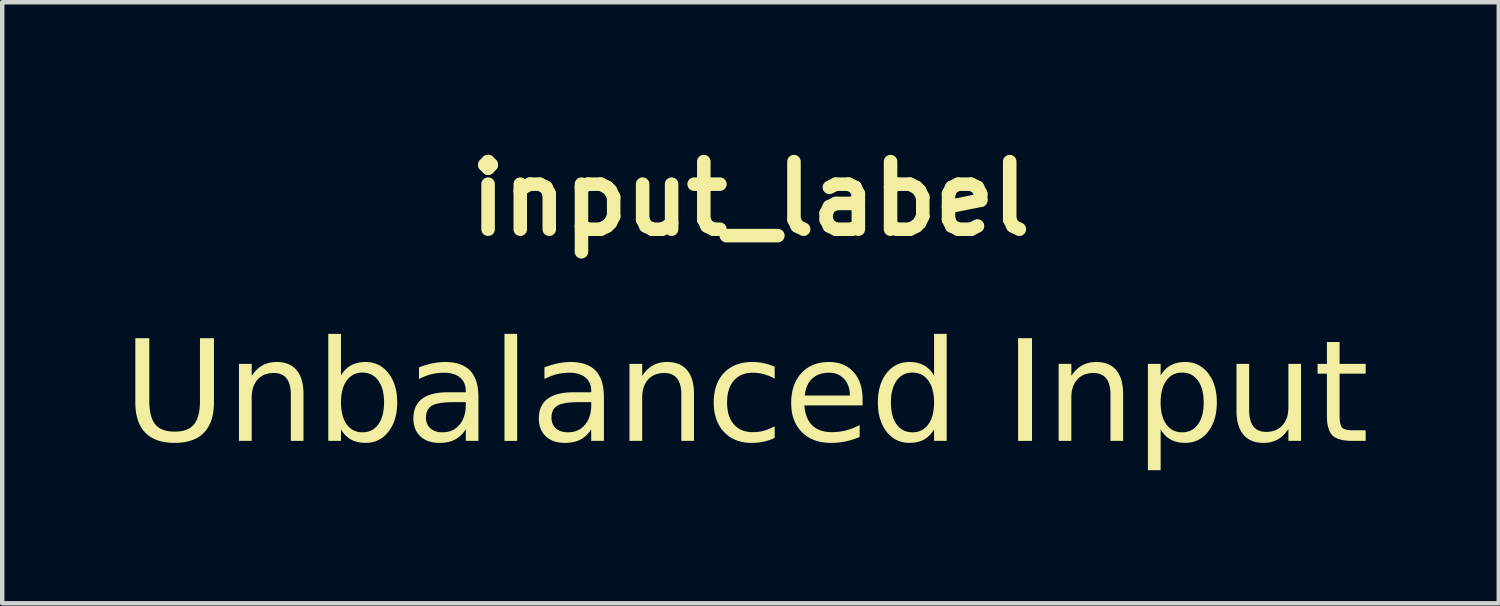
<source format=kicad_pcb>
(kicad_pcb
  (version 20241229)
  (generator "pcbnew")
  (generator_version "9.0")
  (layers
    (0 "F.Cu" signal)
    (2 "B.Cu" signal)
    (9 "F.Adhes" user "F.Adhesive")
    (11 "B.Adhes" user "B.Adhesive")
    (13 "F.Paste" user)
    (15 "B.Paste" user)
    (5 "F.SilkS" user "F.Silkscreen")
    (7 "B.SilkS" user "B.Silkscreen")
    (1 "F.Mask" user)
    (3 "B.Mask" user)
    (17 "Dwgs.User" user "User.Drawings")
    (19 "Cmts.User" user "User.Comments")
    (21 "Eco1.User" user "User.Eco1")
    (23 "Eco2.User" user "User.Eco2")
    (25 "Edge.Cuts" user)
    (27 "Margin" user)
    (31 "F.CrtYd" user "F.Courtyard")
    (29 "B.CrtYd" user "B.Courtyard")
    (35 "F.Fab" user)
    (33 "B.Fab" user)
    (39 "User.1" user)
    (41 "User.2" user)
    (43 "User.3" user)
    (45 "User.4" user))
  (footprint "input_label"
    (layer "F.Cu")
    (at 13.865 6.011)
    (property "Reference" "input_label" (at 0 -4.584 0) (layer "F.SilkS") (effects (font (size 1.524 1.524) (thickness 0.305))))
    (attr exclude_from_pos_files exclude_from_bom)
    (fp_poly (pts (xy -5.545 -1.536) (xy -5.259 -1.536) (xy -5.259 0.876) (xy -5.545 0.876) (xy -5.545 -1.536)) (stroke (width 0) (type solid)) (fill yes) (layer "F.SilkS"))
    (fp_poly (pts (xy 6.031 -1.439) (xy 6.345 -1.439) (xy 6.345 0.876) (xy 6.031 0.876) (xy 6.031 -1.439)) (stroke (width 0) (type solid)) (fill yes) (layer "F.SilkS"))
    (fp_poly (pts (xy 13.277 -1.353) (xy 13.277 -0.86) (xy 13.865 -0.86) (xy 13.865 -0.639) (xy 13.277 -0.639) (xy 13.277 0.304) (xy 13.278 0.338) (xy 13.279 0.37) (xy 13.281 0.401) (xy 13.284 0.429) (xy 13.287 0.454) (xy 13.292 0.478) (xy 13.297 0.5) (xy 13.303 0.52) (xy 13.31 0.537) (xy 13.317 0.552) (xy 13.326 0.566) (xy 13.335 0.577) (xy 13.348 0.588) (xy 13.363 0.598) (xy 13.381 0.608) (xy 13.401 0.615) (xy 13.424 0.622) (xy 13.449 0.627) (xy 13.476 0.632) (xy 13.505 0.635) (xy 13.538 0.637) (xy 13.572 0.637) (xy 13.865 0.637) (xy 13.865 0.876) (xy 13.572 0.876) (xy 13.54 0.876) (xy 13.508 0.875) (xy 13.478 0.873) (xy 13.448 0.871) (xy 13.42 0.868) (xy 13.392 0.865) (xy 13.366 0.861) (xy 13.341 0.856) (xy 13.316 0.851) (xy 13.293 0.845) (xy 13.271 0.839) (xy 13.249 0.832) (xy 13.229 0.824) (xy 13.21 0.816) (xy 13.192 0.807) (xy 13.175 0.798) (xy 13.159 0.787) (xy 13.143 0.777) (xy 13.129 0.765) (xy 13.116 0.753) (xy 13.103 0.74) (xy 13.091 0.725) (xy 13.08 0.709) (xy 13.069 0.692) (xy 13.059 0.674) (xy 13.049 0.655) (xy 13.041 0.635) (xy 13.033 0.613) (xy 13.025 0.591) (xy 13.019 0.567) (xy 13.013 0.542) (xy 13.008 0.516) (xy 13.003 0.489) (xy 12.999 0.461) (xy 12.996 0.432) (xy 12.994 0.402) (xy 12.992 0.37) (xy 12.991 0.338) (xy 12.991 0.304) (xy 12.991 -0.639) (xy 12.781 -0.639) (xy 12.781 -0.86) (xy 12.991 -0.86) (xy 12.991 -1.353) (xy 13.277 -1.353)) (stroke (width 0) (type solid)) (fill yes) (layer "F.SilkS"))
    (fp_poly (pts (xy -10.075 -0.172) (xy -10.075 0.876) (xy -10.36 0.876) (xy -10.36 -0.163) (xy -10.36 -0.193) (xy -10.361 -0.222) (xy -10.363 -0.251) (xy -10.366 -0.278) (xy -10.369 -0.305) (xy -10.373 -0.33) (xy -10.378 -0.355) (xy -10.384 -0.378) (xy -10.39 -0.401) (xy -10.397 -0.422) (xy -10.405 -0.443) (xy -10.414 -0.463) (xy -10.423 -0.481) (xy -10.433 -0.499) (xy -10.444 -0.516) (xy -10.456 -0.532) (xy -10.47 -0.549) (xy -10.485 -0.564) (xy -10.502 -0.579) (xy -10.519 -0.592) (xy -10.537 -0.604) (xy -10.556 -0.614) (xy -10.576 -0.624) (xy -10.597 -0.632) (xy -10.619 -0.639) (xy -10.642 -0.644) (xy -10.666 -0.649) (xy -10.691 -0.652) (xy -10.717 -0.654) (xy -10.744 -0.654) (xy -10.771 -0.654) (xy -10.797 -0.652) (xy -10.823 -0.65) (xy -10.848 -0.646) (xy -10.872 -0.641) (xy -10.895 -0.636) (xy -10.918 -0.629) (xy -10.94 -0.622) (xy -10.962 -0.613) (xy -10.982 -0.603) (xy -11.002 -0.593) (xy -11.022 -0.581) (xy -11.04 -0.568) (xy -11.059 -0.554) (xy -11.076 -0.54) (xy -11.093 -0.524) (xy -11.109 -0.507) (xy -11.123 -0.49) (xy -11.137 -0.473) (xy -11.149 -0.455) (xy -11.161 -0.436) (xy -11.172 -0.417) (xy -11.183 -0.397) (xy -11.192 -0.376) (xy -11.201 -0.355) (xy -11.209 -0.333) (xy -11.216 -0.31) (xy -11.222 -0.287) (xy -11.227 -0.263) (xy -11.232 -0.238) (xy -11.235 -0.213) (xy -11.238 -0.187) (xy -11.24 -0.161) (xy -11.242 -0.133) (xy -11.242 -0.105) (xy -11.242 0.876) (xy -11.529 0.876) (xy -11.529 -0.86) (xy -11.242 -0.86) (xy -11.242 -0.591) (xy -11.227 -0.613) (xy -11.212 -0.634) (xy -11.196 -0.654) (xy -11.181 -0.674) (xy -11.164 -0.692) (xy -11.148 -0.71) (xy -11.131 -0.727) (xy -11.113 -0.744) (xy -11.096 -0.759) (xy -11.078 -0.774) (xy -11.059 -0.788) (xy -11.04 -0.801) (xy -11.021 -0.813) (xy -11.002 -0.825) (xy -10.98 -0.836) (xy -10.958 -0.847) (xy -10.935 -0.856) (xy -10.912 -0.865) (xy -10.888 -0.873) (xy -10.864 -0.88) (xy -10.839 -0.886) (xy -10.814 -0.891) (xy -10.788 -0.895) (xy -10.762 -0.898) (xy -10.736 -0.9) (xy -10.708 -0.902) (xy -10.681 -0.902) (xy -10.653 -0.902) (xy -10.625 -0.901) (xy -10.598 -0.898) (xy -10.572 -0.896) (xy -10.547 -0.892) (xy -10.522 -0.887) (xy -10.497 -0.882) (xy -10.474 -0.875) (xy -10.451 -0.868) (xy -10.429 -0.86) (xy -10.407 -0.851) (xy -10.386 -0.842) (xy -10.366 -0.831) (xy -10.347 -0.82) (xy -10.328 -0.807) (xy -10.309 -0.794) (xy -10.292 -0.78) (xy -10.275 -0.766) (xy -10.259 -0.75) (xy -10.243 -0.734) (xy -10.228 -0.716) (xy -10.215 -0.7) (xy -10.203 -0.683) (xy -10.191 -0.665) (xy -10.179 -0.647) (xy -10.169 -0.628) (xy -10.158 -0.608) (xy -10.149 -0.588) (xy -10.14 -0.567) (xy -10.131 -0.545) (xy -10.124 -0.523) (xy -10.116 -0.5) (xy -10.11 -0.476) (xy -10.104 -0.452) (xy -10.098 -0.427) (xy -10.093 -0.401) (xy -10.089 -0.375) (xy -10.085 -0.348) (xy -10.082 -0.32) (xy -10.079 -0.292) (xy -10.077 -0.263) (xy -10.076 -0.233) (xy -10.075 -0.203) (xy -10.075 -0.172) (xy -10.075 -0.172)) (stroke (width 0) (type solid)) (fill yes) (layer "F.SilkS"))
    (fp_poly (pts (xy -1.274 -0.172) (xy -1.274 0.876) (xy -1.559 0.876) (xy -1.559 -0.163) (xy -1.559 -0.193) (xy -1.56 -0.222) (xy -1.562 -0.251) (xy -1.565 -0.278) (xy -1.568 -0.305) (xy -1.572 -0.33) (xy -1.577 -0.355) (xy -1.583 -0.378) (xy -1.589 -0.401) (xy -1.596 -0.422) (xy -1.604 -0.443) (xy -1.613 -0.463) (xy -1.622 -0.481) (xy -1.632 -0.499) (xy -1.643 -0.516) (xy -1.655 -0.532) (xy -1.669 -0.549) (xy -1.684 -0.564) (xy -1.701 -0.579) (xy -1.718 -0.592) (xy -1.736 -0.604) (xy -1.755 -0.614) (xy -1.775 -0.624) (xy -1.796 -0.632) (xy -1.818 -0.639) (xy -1.841 -0.644) (xy -1.865 -0.649) (xy -1.89 -0.652) (xy -1.916 -0.654) (xy -1.943 -0.654) (xy -1.97 -0.654) (xy -1.996 -0.652) (xy -2.022 -0.65) (xy -2.047 -0.646) (xy -2.071 -0.641) (xy -2.094 -0.636) (xy -2.117 -0.629) (xy -2.139 -0.622) (xy -2.161 -0.613) (xy -2.181 -0.603) (xy -2.201 -0.593) (xy -2.221 -0.581) (xy -2.239 -0.568) (xy -2.258 -0.554) (xy -2.275 -0.54) (xy -2.292 -0.524) (xy -2.308 -0.507) (xy -2.322 -0.49) (xy -2.336 -0.473) (xy -2.348 -0.455) (xy -2.36 -0.436) (xy -2.371 -0.417) (xy -2.382 -0.397) (xy -2.391 -0.376) (xy -2.4 -0.355) (xy -2.408 -0.333) (xy -2.415 -0.31) (xy -2.421 -0.287) (xy -2.426 -0.263) (xy -2.431 -0.238) (xy -2.434 -0.213) (xy -2.437 -0.187) (xy -2.439 -0.161) (xy -2.441 -0.133) (xy -2.441 -0.105) (xy -2.441 0.876) (xy -2.728 0.876) (xy -2.728 -0.86) (xy -2.441 -0.86) (xy -2.441 -0.591) (xy -2.426 -0.613) (xy -2.411 -0.634) (xy -2.395 -0.654) (xy -2.38 -0.674) (xy -2.363 -0.692) (xy -2.347 -0.71) (xy -2.33 -0.727) (xy -2.312 -0.744) (xy -2.295 -0.759) (xy -2.277 -0.774) (xy -2.258 -0.788) (xy -2.239 -0.801) (xy -2.22 -0.813) (xy -2.201 -0.825) (xy -2.179 -0.836) (xy -2.157 -0.847) (xy -2.134 -0.856) (xy -2.111 -0.865) (xy -2.087 -0.873) (xy -2.063 -0.88) (xy -2.038 -0.886) (xy -2.013 -0.891) (xy -1.987 -0.895) (xy -1.961 -0.898) (xy -1.935 -0.9) (xy -1.907 -0.902) (xy -1.88 -0.902) (xy -1.852 -0.902) (xy -1.824 -0.901) (xy -1.797 -0.898) (xy -1.771 -0.896) (xy -1.746 -0.892) (xy -1.721 -0.887) (xy -1.696 -0.882) (xy -1.673 -0.875) (xy -1.65 -0.868) (xy -1.628 -0.86) (xy -1.606 -0.851) (xy -1.585 -0.842) (xy -1.565 -0.831) (xy -1.546 -0.82) (xy -1.527 -0.807) (xy -1.508 -0.794) (xy -1.491 -0.78) (xy -1.474 -0.766) (xy -1.458 -0.75) (xy -1.442 -0.734) (xy -1.427 -0.716) (xy -1.414 -0.7) (xy -1.402 -0.683) (xy -1.39 -0.665) (xy -1.378 -0.647) (xy -1.368 -0.628) (xy -1.357 -0.608) (xy -1.348 -0.588) (xy -1.339 -0.567) (xy -1.33 -0.545) (xy -1.323 -0.523) (xy -1.315 -0.5) (xy -1.309 -0.476) (xy -1.303 -0.452) (xy -1.297 -0.427) (xy -1.292 -0.401) (xy -1.288 -0.375) (xy -1.284 -0.348) (xy -1.281 -0.32) (xy -1.278 -0.292) (xy -1.276 -0.263) (xy -1.275 -0.233) (xy -1.274 -0.203) (xy -1.274 -0.172) (xy -1.274 -0.172)) (stroke (width 0) (type solid)) (fill yes) (layer "F.SilkS"))
    (fp_poly (pts (xy 8.399 -0.172) (xy 8.399 0.876) (xy 8.113 0.876) (xy 8.113 -0.163) (xy 8.113 -0.193) (xy 8.112 -0.222) (xy 8.11 -0.251) (xy 8.107 -0.278) (xy 8.104 -0.305) (xy 8.1 -0.33) (xy 8.095 -0.355) (xy 8.089 -0.378) (xy 8.083 -0.401) (xy 8.076 -0.422) (xy 8.068 -0.443) (xy 8.059 -0.463) (xy 8.05 -0.481) (xy 8.04 -0.499) (xy 8.029 -0.516) (xy 8.017 -0.532) (xy 8.003 -0.549) (xy 7.988 -0.564) (xy 7.972 -0.579) (xy 7.955 -0.592) (xy 7.936 -0.604) (xy 7.917 -0.614) (xy 7.897 -0.624) (xy 7.876 -0.632) (xy 7.854 -0.639) (xy 7.831 -0.644) (xy 7.807 -0.649) (xy 7.782 -0.652) (xy 7.756 -0.654) (xy 7.729 -0.654) (xy 7.702 -0.654) (xy 7.676 -0.652) (xy 7.65 -0.65) (xy 7.626 -0.646) (xy 7.602 -0.641) (xy 7.578 -0.636) (xy 7.555 -0.629) (xy 7.533 -0.622) (xy 7.512 -0.613) (xy 7.491 -0.603) (xy 7.471 -0.593) (xy 7.452 -0.581) (xy 7.433 -0.568) (xy 7.415 -0.554) (xy 7.397 -0.54) (xy 7.381 -0.524) (xy 7.365 -0.507) (xy 7.35 -0.49) (xy 7.337 -0.473) (xy 7.324 -0.455) (xy 7.312 -0.436) (xy 7.301 -0.417) (xy 7.291 -0.397) (xy 7.281 -0.376) (xy 7.272 -0.355) (xy 7.265 -0.333) (xy 7.258 -0.31) (xy 7.252 -0.287) (xy 7.246 -0.263) (xy 7.242 -0.238) (xy 7.238 -0.213) (xy 7.235 -0.187) (xy 7.233 -0.161) (xy 7.232 -0.133) (xy 7.231 -0.105) (xy 7.231 0.876) (xy 6.945 0.876) (xy 6.945 -0.86) (xy 7.231 -0.86) (xy 7.231 -0.591) (xy 7.246 -0.613) (xy 7.261 -0.634) (xy 7.277 -0.654) (xy 7.293 -0.674) (xy 7.309 -0.692) (xy 7.326 -0.71) (xy 7.343 -0.727) (xy 7.36 -0.744) (xy 7.378 -0.759) (xy 7.396 -0.774) (xy 7.414 -0.788) (xy 7.433 -0.801) (xy 7.452 -0.813) (xy 7.472 -0.825) (xy 7.493 -0.836) (xy 7.516 -0.847) (xy 7.538 -0.856) (xy 7.561 -0.865) (xy 7.585 -0.873) (xy 7.609 -0.88) (xy 7.634 -0.886) (xy 7.659 -0.891) (xy 7.685 -0.895) (xy 7.711 -0.898) (xy 7.738 -0.9) (xy 7.765 -0.902) (xy 7.793 -0.902) (xy 7.821 -0.902) (xy 7.848 -0.901) (xy 7.875 -0.898) (xy 7.901 -0.896) (xy 7.927 -0.892) (xy 7.952 -0.887) (xy 7.976 -0.882) (xy 7.999 -0.875) (xy 8.022 -0.868) (xy 8.044 -0.86) (xy 8.066 -0.851) (xy 8.087 -0.842) (xy 8.107 -0.831) (xy 8.127 -0.82) (xy 8.146 -0.807) (xy 8.164 -0.794) (xy 8.181 -0.78) (xy 8.198 -0.766) (xy 8.215 -0.75) (xy 8.23 -0.734) (xy 8.245 -0.716) (xy 8.258 -0.7) (xy 8.271 -0.683) (xy 8.283 -0.665) (xy 8.294 -0.647) (xy 8.305 -0.628) (xy 8.315 -0.608) (xy 8.324 -0.588) (xy 8.333 -0.567) (xy 8.342 -0.545) (xy 8.35 -0.523) (xy 8.357 -0.5) (xy 8.364 -0.476) (xy 8.37 -0.452) (xy 8.375 -0.427) (xy 8.38 -0.401) (xy 8.384 -0.375) (xy 8.388 -0.348) (xy 8.391 -0.32) (xy 8.394 -0.292) (xy 8.396 -0.263) (xy 8.398 -0.233) (xy 8.398 -0.203) (xy 8.399 -0.172) (xy 8.399 -0.172)) (stroke (width 0) (type solid)) (fill yes) (layer "F.SilkS"))
    (fp_poly (pts (xy 10.954 0.191) (xy 10.954 -0.86) (xy 11.239 -0.86) (xy 11.239 0.18) (xy 11.239 0.21) (xy 11.24 0.24) (xy 11.242 0.268) (xy 11.245 0.295) (xy 11.248 0.322) (xy 11.252 0.347) (xy 11.257 0.372) (xy 11.263 0.396) (xy 11.269 0.418) (xy 11.276 0.44) (xy 11.284 0.461) (xy 11.293 0.481) (xy 11.302 0.5) (xy 11.312 0.517) (xy 11.323 0.534) (xy 11.335 0.55) (xy 11.349 0.567) (xy 11.364 0.583) (xy 11.381 0.597) (xy 11.398 0.61) (xy 11.416 0.622) (xy 11.435 0.633) (xy 11.455 0.642) (xy 11.476 0.65) (xy 11.498 0.657) (xy 11.521 0.663) (xy 11.545 0.667) (xy 11.57 0.67) (xy 11.596 0.672) (xy 11.623 0.673) (xy 11.65 0.672) (xy 11.676 0.671) (xy 11.702 0.668) (xy 11.727 0.665) (xy 11.751 0.66) (xy 11.774 0.654) (xy 11.797 0.648) (xy 11.819 0.64) (xy 11.841 0.632) (xy 11.861 0.622) (xy 11.881 0.611) (xy 11.901 0.599) (xy 11.919 0.587) (xy 11.938 0.573) (xy 11.955 0.558) (xy 11.972 0.542) (xy 11.988 0.526) (xy 12.002 0.509) (xy 12.016 0.491) (xy 12.029 0.473) (xy 12.041 0.455) (xy 12.052 0.435) (xy 12.063 0.415) (xy 12.072 0.395) (xy 12.081 0.374) (xy 12.089 0.352) (xy 12.096 0.329) (xy 12.102 0.306) (xy 12.108 0.282) (xy 12.112 0.257) (xy 12.116 0.232) (xy 12.119 0.206) (xy 12.121 0.179) (xy 12.122 0.152) (xy 12.123 0.124) (xy 12.123 -0.86) (xy 12.408 -0.86) (xy 12.408 0.876) (xy 12.123 0.876) (xy 12.123 0.609) (xy 12.108 0.631) (xy 12.092 0.653) (xy 12.076 0.673) (xy 12.06 0.693) (xy 12.044 0.712) (xy 12.027 0.73) (xy 12.01 0.747) (xy 11.993 0.764) (xy 11.975 0.779) (xy 11.957 0.794) (xy 11.938 0.808) (xy 11.919 0.821) (xy 11.9 0.833) (xy 11.881 0.845) (xy 11.859 0.856) (xy 11.838 0.866) (xy 11.815 0.876) (xy 11.792 0.884) (xy 11.769 0.892) (xy 11.745 0.899) (xy 11.721 0.905) (xy 11.696 0.91) (xy 11.67 0.914) (xy 11.644 0.917) (xy 11.618 0.919) (xy 11.591 0.92) (xy 11.563 0.921) (xy 11.535 0.92) (xy 11.507 0.919) (xy 11.48 0.917) (xy 11.454 0.914) (xy 11.429 0.91) (xy 11.404 0.906) (xy 11.379 0.9) (xy 11.356 0.894) (xy 11.333 0.887) (xy 11.311 0.879) (xy 11.289 0.87) (xy 11.268 0.86) (xy 11.248 0.85) (xy 11.228 0.838) (xy 11.209 0.826) (xy 11.191 0.813) (xy 11.173 0.799) (xy 11.156 0.784) (xy 11.139 0.769) (xy 11.124 0.752) (xy 11.109 0.735) (xy 11.095 0.718) (xy 11.083 0.701) (xy 11.071 0.683) (xy 11.059 0.665) (xy 11.049 0.646) (xy 11.038 0.626) (xy 11.029 0.606) (xy 11.02 0.585) (xy 11.011 0.563) (xy 11.003 0.541) (xy 10.996 0.518) (xy 10.989 0.494) (xy 10.983 0.47) (xy 10.977 0.445) (xy 10.972 0.419) (xy 10.968 0.393) (xy 10.964 0.366) (xy 10.961 0.338) (xy 10.958 0.31) (xy 10.956 0.281) (xy 10.955 0.252) (xy 10.954 0.221) (xy 10.954 0.191) (xy 10.954 0.191)) (stroke (width 0) (type solid)) (fill yes) (layer "F.SilkS"))
    (fp_poly (pts (xy -13.865 -1.439) (xy -13.55 -1.439) (xy -13.55 -0.033) (xy -13.55 -0.001) (xy -13.549 0.031) (xy -13.548 0.061) (xy -13.546 0.091) (xy -13.544 0.119) (xy -13.541 0.147) (xy -13.538 0.175) (xy -13.534 0.201) (xy -13.53 0.227) (xy -13.525 0.252) (xy -13.519 0.276) (xy -13.514 0.299) (xy -13.507 0.322) (xy -13.5 0.343) (xy -13.493 0.364) (xy -13.485 0.385) (xy -13.477 0.404) (xy -13.468 0.423) (xy -13.458 0.44) (xy -13.448 0.457) (xy -13.438 0.474) (xy -13.427 0.489) (xy -13.415 0.504) (xy -13.402 0.52) (xy -13.387 0.535) (xy -13.371 0.549) (xy -13.355 0.562) (xy -13.338 0.575) (xy -13.319 0.587) (xy -13.301 0.598) (xy -13.281 0.608) (xy -13.26 0.617) (xy -13.239 0.626) (xy -13.216 0.634) (xy -13.193 0.641) (xy -13.169 0.647) (xy -13.145 0.652) (xy -13.119 0.656) (xy -13.093 0.66) (xy -13.065 0.663) (xy -13.037 0.665) (xy -13.008 0.666) (xy -12.978 0.667) (xy -12.949 0.666) (xy -12.92 0.665) (xy -12.892 0.663) (xy -12.865 0.66) (xy -12.838 0.656) (xy -12.813 0.652) (xy -12.788 0.647) (xy -12.764 0.641) (xy -12.741 0.634) (xy -12.719 0.626) (xy -12.698 0.617) (xy -12.677 0.608) (xy -12.657 0.598) (xy -12.639 0.587) (xy -12.62 0.575) (xy -12.603 0.562) (xy -12.587 0.549) (xy -12.571 0.535) (xy -12.557 0.52) (xy -12.543 0.504) (xy -12.531 0.489) (xy -12.52 0.474) (xy -12.51 0.457) (xy -12.5 0.44) (xy -12.49 0.423) (xy -12.481 0.404) (xy -12.473 0.385) (xy -12.465 0.364) (xy -12.458 0.343) (xy -12.451 0.322) (xy -12.444 0.299) (xy -12.439 0.276) (xy -12.433 0.252) (xy -12.428 0.227) (xy -12.424 0.201) (xy -12.42 0.175) (xy -12.417 0.147) (xy -12.414 0.119) (xy -12.412 0.091) (xy -12.41 0.061) (xy -12.409 0.031) (xy -12.408 -0.001) (xy -12.408 -0.033) (xy -12.408 -1.439) (xy -12.093 -1.439) (xy -12.093 0.006) (xy -12.093 0.036) (xy -12.094 0.066) (xy -12.095 0.095) (xy -12.097 0.123) (xy -12.099 0.151) (xy -12.102 0.178) (xy -12.105 0.205) (xy -12.109 0.232) (xy -12.113 0.258) (xy -12.118 0.283) (xy -12.123 0.308) (xy -12.129 0.333) (xy -12.135 0.357) (xy -12.142 0.38) (xy -12.149 0.403) (xy -12.157 0.426) (xy -12.165 0.448) (xy -12.174 0.47) (xy -12.183 0.491) (xy -12.193 0.511) (xy -12.203 0.531) (xy -12.214 0.551) (xy -12.225 0.57) (xy -12.237 0.589) (xy -12.249 0.607) (xy -12.262 0.624) (xy -12.275 0.641) (xy -12.289 0.658) (xy -12.303 0.674) (xy -12.318 0.69) (xy -12.334 0.706) (xy -12.35 0.721) (xy -12.366 0.735) (xy -12.384 0.749) (xy -12.401 0.763) (xy -12.419 0.776) (xy -12.438 0.788) (xy -12.457 0.8) (xy -12.477 0.811) (xy -12.497 0.822) (xy -12.518 0.832) (xy -12.539 0.841) (xy -12.561 0.851) (xy -12.583 0.859) (xy -12.606 0.867) (xy -12.629 0.874) (xy -12.653 0.881) (xy -12.677 0.888) (xy -12.702 0.893) (xy -12.728 0.899) (xy -12.753 0.903) (xy -12.78 0.907) (xy -12.807 0.911) (xy -12.834 0.914) (xy -12.862 0.916) (xy -12.89 0.918) (xy -12.919 0.92) (xy -12.948 0.921) (xy -12.978 0.921) (xy -13.008 0.921) (xy -13.038 0.92) (xy -13.067 0.918) (xy -13.095 0.916) (xy -13.123 0.914) (xy -13.151 0.911) (xy -13.178 0.907) (xy -13.204 0.903) (xy -13.23 0.899) (xy -13.255 0.893) (xy -13.28 0.888) (xy -13.305 0.881) (xy -13.329 0.874) (xy -13.352 0.867) (xy -13.375 0.859) (xy -13.397 0.851) (xy -13.419 0.841) (xy -13.44 0.832) (xy -13.461 0.822) (xy -13.482 0.811) (xy -13.501 0.8) (xy -13.521 0.788) (xy -13.54 0.776) (xy -13.558 0.763) (xy -13.576 0.749) (xy -13.593 0.735) (xy -13.61 0.721) (xy -13.626 0.706) (xy -13.642 0.69) (xy -13.656 0.674) (xy -13.671 0.658) (xy -13.684 0.641) (xy -13.697 0.624) (xy -13.71 0.607) (xy -13.722 0.589) (xy -13.734 0.57) (xy -13.745 0.551) (xy -13.756 0.531) (xy -13.766 0.511) (xy -13.776 0.491) (xy -13.785 0.47) (xy -13.793 0.448) (xy -13.802 0.426) (xy -13.809 0.403) (xy -13.816 0.38) (xy -13.823 0.357) (xy -13.829 0.333) (xy -13.835 0.308) (xy -13.84 0.283) (xy -13.845 0.258) (xy -13.849 0.232) (xy -13.853 0.205) (xy -13.856 0.178) (xy -13.859 0.151) (xy -13.861 0.123) (xy -13.863 0.095) (xy -13.864 0.066) (xy -13.865 0.036) (xy -13.865 0.006) (xy -13.865 -1.439)) (stroke (width 0) (type solid)) (fill yes) (layer "F.SilkS"))
    (fp_poly (pts (xy 0.545 -0.794) (xy 0.545 -0.527) (xy 0.523 -0.539) (xy 0.501 -0.55) (xy 0.479 -0.561) (xy 0.457 -0.571) (xy 0.435 -0.581) (xy 0.413 -0.59) (xy 0.39 -0.598) (xy 0.368 -0.606) (xy 0.346 -0.613) (xy 0.324 -0.62) (xy 0.302 -0.626) (xy 0.277 -0.633) (xy 0.253 -0.639) (xy 0.229 -0.644) (xy 0.204 -0.648) (xy 0.18 -0.652) (xy 0.155 -0.655) (xy 0.131 -0.657) (xy 0.106 -0.659) (xy 0.081 -0.66) (xy 0.057 -0.66) (xy 0.029 -0.66) (xy 0.002 -0.659) (xy -0.024 -0.656) (xy -0.049 -0.653) (xy -0.074 -0.649) (xy -0.099 -0.645) (xy -0.122 -0.639) (xy -0.146 -0.632) (xy -0.168 -0.625) (xy -0.19 -0.616) (xy -0.211 -0.607) (xy -0.232 -0.597) (xy -0.252 -0.586) (xy -0.271 -0.574) (xy -0.29 -0.561) (xy -0.308 -0.547) (xy -0.326 -0.533) (xy -0.342 -0.517) (xy -0.359 -0.501) (xy -0.374 -0.484) (xy -0.389 -0.467) (xy -0.402 -0.449) (xy -0.415 -0.431) (xy -0.427 -0.412) (xy -0.439 -0.392) (xy -0.45 -0.372) (xy -0.46 -0.351) (xy -0.469 -0.33) (xy -0.478 -0.307) (xy -0.486 -0.285) (xy -0.493 -0.261) (xy -0.5 -0.237) (xy -0.506 -0.212) (xy -0.511 -0.187) (xy -0.515 -0.161) (xy -0.519 -0.134) (xy -0.522 -0.107) (xy -0.525 -0.079) (xy -0.526 -0.05) (xy -0.528 -0.021) (xy -0.528 0.009) (xy -0.528 0.039) (xy -0.526 0.069) (xy -0.525 0.097) (xy -0.522 0.125) (xy -0.519 0.153) (xy -0.515 0.179) (xy -0.511 0.205) (xy -0.506 0.231) (xy -0.5 0.256) (xy -0.493 0.28) (xy -0.486 0.304) (xy -0.478 0.326) (xy -0.469 0.349) (xy -0.46 0.37) (xy -0.45 0.391) (xy -0.439 0.412) (xy -0.427 0.431) (xy -0.415 0.45) (xy -0.402 0.469) (xy -0.389 0.487) (xy -0.374 0.504) (xy -0.359 0.521) (xy -0.342 0.537) (xy -0.326 0.552) (xy -0.308 0.567) (xy -0.29 0.58) (xy -0.271 0.593) (xy -0.252 0.605) (xy -0.232 0.616) (xy -0.211 0.626) (xy -0.19 0.635) (xy -0.168 0.644) (xy -0.146 0.651) (xy -0.122 0.658) (xy -0.099 0.663) (xy -0.074 0.668) (xy -0.049 0.672) (xy -0.024 0.675) (xy 0.002 0.677) (xy 0.029 0.679) (xy 0.057 0.679) (xy 0.081 0.679) (xy 0.106 0.678) (xy 0.131 0.676) (xy 0.155 0.674) (xy 0.18 0.671) (xy 0.204 0.667) (xy 0.229 0.663) (xy 0.253 0.658) (xy 0.277 0.653) (xy 0.302 0.646) (xy 0.324 0.64) (xy 0.346 0.633) (xy 0.368 0.625) (xy 0.39 0.617) (xy 0.413 0.609) (xy 0.435 0.6) (xy 0.457 0.59) (xy 0.479 0.58) (xy 0.501 0.569) (xy 0.523 0.558) (xy 0.545 0.546) (xy 0.545 0.809) (xy 0.521 0.82) (xy 0.497 0.83) (xy 0.472 0.84) (xy 0.448 0.849) (xy 0.423 0.858) (xy 0.398 0.866) (xy 0.373 0.874) (xy 0.348 0.881) (xy 0.323 0.887) (xy 0.297 0.893) (xy 0.274 0.898) (xy 0.25 0.902) (xy 0.226 0.906) (xy 0.202 0.91) (xy 0.178 0.913) (xy 0.153 0.915) (xy 0.128 0.917) (xy 0.103 0.919) (xy 0.077 0.92) (xy 0.052 0.921) (xy 0.026 0.921) (xy -0.002 0.921) (xy -0.03 0.92) (xy -0.057 0.918) (xy -0.083 0.916) (xy -0.109 0.913) (xy -0.135 0.91) (xy -0.16 0.905) (xy -0.185 0.901) (xy -0.21 0.895) (xy -0.234 0.889) (xy -0.258 0.883) (xy -0.281 0.876) (xy -0.304 0.868) (xy -0.326 0.859) (xy -0.348 0.85) (xy -0.37 0.84) (xy -0.391 0.83) (xy -0.412 0.819) (xy -0.432 0.807) (xy -0.452 0.795) (xy -0.472 0.782) (xy -0.491 0.769) (xy -0.51 0.755) (xy -0.528 0.74) (xy -0.546 0.724) (xy -0.564 0.708) (xy -0.581 0.692) (xy -0.598 0.674) (xy -0.613 0.657) (xy -0.628 0.64) (xy -0.643 0.622) (xy -0.657 0.603) (xy -0.67 0.584) (xy -0.683 0.565) (xy -0.696 0.545) (xy -0.708 0.525) (xy -0.719 0.505) (xy -0.729 0.484) (xy -0.74 0.463) (xy -0.749 0.441) (xy -0.758 0.419) (xy -0.767 0.396) (xy -0.775 0.373) (xy -0.782 0.35) (xy -0.789 0.326) (xy -0.795 0.302) (xy -0.801 0.278) (xy -0.806 0.253) (xy -0.811 0.227) (xy -0.815 0.201) (xy -0.819 0.175) (xy -0.822 0.149) (xy -0.824 0.121) (xy -0.826 0.094) (xy -0.828 0.066) (xy -0.828 0.038) (xy -0.829 0.009) (xy -0.828 -0.02) (xy -0.828 -0.048) (xy -0.826 -0.077) (xy -0.824 -0.104) (xy -0.822 -0.132) (xy -0.819 -0.159) (xy -0.815 -0.185) (xy -0.811 -0.211) (xy -0.806 -0.237) (xy -0.801 -0.262) (xy -0.795 -0.287) (xy -0.789 -0.311) (xy -0.782 -0.335) (xy -0.774 -0.359) (xy -0.766 -0.382) (xy -0.758 -0.404) (xy -0.749 -0.426) (xy -0.739 -0.448) (xy -0.729 -0.469) (xy -0.718 -0.49) (xy -0.707 -0.511) (xy -0.695 -0.531) (xy -0.682 -0.55) (xy -0.669 -0.57) (xy -0.656 -0.588) (xy -0.642 -0.607) (xy -0.627 -0.624) (xy -0.612 -0.642) (xy -0.596 -0.659) (xy -0.58 -0.675) (xy -0.563 -0.691) (xy -0.546 -0.707) (xy -0.528 -0.721) (xy -0.51 -0.736) (xy -0.492 -0.749) (xy -0.473 -0.762) (xy -0.454 -0.775) (xy -0.434 -0.787) (xy -0.414 -0.798) (xy -0.394 -0.809) (xy -0.373 -0.819) (xy -0.352 -0.828) (xy -0.33 -0.837) (xy -0.308 -0.846) (xy -0.285 -0.853) (xy -0.262 -0.861) (xy -0.239 -0.867) (xy -0.215 -0.873) (xy -0.191 -0.879) (xy -0.167 -0.884) (xy -0.142 -0.888) (xy -0.117 -0.892) (xy -0.091 -0.895) (xy -0.065 -0.898) (xy -0.038 -0.9) (xy -0.011 -0.901) (xy 0.016 -0.902) (xy 0.044 -0.902) (xy 0.07 -0.902) (xy 0.097 -0.901) (xy 0.123 -0.9) (xy 0.149 -0.898) (xy 0.174 -0.895) (xy 0.2 -0.892) (xy 0.226 -0.889) (xy 0.251 -0.884) (xy 0.276 -0.88) (xy 0.302 -0.874) (xy 0.327 -0.869) (xy 0.351 -0.863) (xy 0.376 -0.856) (xy 0.401 -0.849) (xy 0.425 -0.841) (xy 0.449 -0.833) (xy 0.474 -0.824) (xy 0.497 -0.814) (xy 0.521 -0.804) (xy 0.545 -0.794) (xy 0.545 -0.794)) (stroke (width 0) (type solid)) (fill yes) (layer "F.SilkS"))
    (fp_poly (pts (xy 4.137 -0.597) (xy 4.137 -1.536) (xy 4.422 -1.536) (xy 4.422 0.876) (xy 4.137 0.876) (xy 4.137 0.615) (xy 4.123 0.639) (xy 4.108 0.661) (xy 4.093 0.683) (xy 4.077 0.703) (xy 4.061 0.723) (xy 4.044 0.742) (xy 4.026 0.759) (xy 4.008 0.776) (xy 3.989 0.792) (xy 3.97 0.807) (xy 3.95 0.821) (xy 3.93 0.834) (xy 3.909 0.846) (xy 3.889 0.857) (xy 3.869 0.866) (xy 3.848 0.875) (xy 3.827 0.883) (xy 3.804 0.89) (xy 3.782 0.897) (xy 3.759 0.902) (xy 3.735 0.907) (xy 3.711 0.911) (xy 3.686 0.915) (xy 3.66 0.917) (xy 3.65 0.918) (xy 3.65 0.682) (xy 3.676 0.682) (xy 3.702 0.68) (xy 3.727 0.677) (xy 3.751 0.672) (xy 3.775 0.667) (xy 3.798 0.66) (xy 3.82 0.652) (xy 3.842 0.643) (xy 3.863 0.632) (xy 3.883 0.62) (xy 3.903 0.607) (xy 3.922 0.593) (xy 3.94 0.578) (xy 3.958 0.561) (xy 3.975 0.543) (xy 3.991 0.524) (xy 4.007 0.504) (xy 4.019 0.486) (xy 4.03 0.468) (xy 4.041 0.45) (xy 4.052 0.43) (xy 4.061 0.411) (xy 4.071 0.39) (xy 4.079 0.369) (xy 4.087 0.347) (xy 4.094 0.325) (xy 4.101 0.302) (xy 4.107 0.278) (xy 4.113 0.254) (xy 4.118 0.23) (xy 4.122 0.204) (xy 4.126 0.178) (xy 4.13 0.152) (xy 4.132 0.124) (xy 4.134 0.096) (xy 4.136 0.068) (xy 4.137 0.039) (xy 4.137 0.009) (xy 4.137 -0.02) (xy 4.136 -0.049) (xy 4.134 -0.078) (xy 4.132 -0.106) (xy 4.13 -0.133) (xy 4.126 -0.159) (xy 4.122 -0.185) (xy 4.118 -0.211) (xy 4.113 -0.235) (xy 4.107 -0.259) (xy 4.101 -0.283) (xy 4.094 -0.306) (xy 4.087 -0.328) (xy 4.079 -0.35) (xy 4.071 -0.371) (xy 4.061 -0.391) (xy 4.052 -0.411) (xy 4.041 -0.43) (xy 4.03 -0.448) (xy 4.019 -0.466) (xy 4.007 -0.484) (xy 3.991 -0.504) (xy 3.975 -0.524) (xy 3.958 -0.542) (xy 3.94 -0.558) (xy 3.922 -0.574) (xy 3.903 -0.588) (xy 3.883 -0.601) (xy 3.863 -0.613) (xy 3.842 -0.624) (xy 3.82 -0.633) (xy 3.798 -0.641) (xy 3.775 -0.648) (xy 3.751 -0.654) (xy 3.727 -0.658) (xy 3.702 -0.661) (xy 3.676 -0.663) (xy 3.65 -0.664) (xy 3.624 -0.663) (xy 3.598 -0.661) (xy 3.573 -0.658) (xy 3.549 -0.654) (xy 3.525 -0.648) (xy 3.502 -0.641) (xy 3.48 -0.633) (xy 3.458 -0.624) (xy 3.437 -0.613) (xy 3.417 -0.601) (xy 3.397 -0.588) (xy 3.379 -0.574) (xy 3.36 -0.558) (xy 3.343 -0.542) (xy 3.326 -0.524) (xy 3.309 -0.504) (xy 3.294 -0.484) (xy 3.282 -0.466) (xy 3.27 -0.448) (xy 3.259 -0.43) (xy 3.249 -0.411) (xy 3.24 -0.391) (xy 3.231 -0.371) (xy 3.222 -0.35) (xy 3.214 -0.328) (xy 3.207 -0.306) (xy 3.2 -0.283) (xy 3.194 -0.259) (xy 3.189 -0.235) (xy 3.184 -0.211) (xy 3.179 -0.185) (xy 3.175 -0.159) (xy 3.172 -0.133) (xy 3.17 -0.106) (xy 3.168 -0.078) (xy 3.166 -0.049) (xy 3.165 -0.02) (xy 3.165 0.009) (xy 3.165 0.039) (xy 3.166 0.068) (xy 3.168 0.096) (xy 3.17 0.124) (xy 3.172 0.152) (xy 3.175 0.178) (xy 3.179 0.204) (xy 3.184 0.23) (xy 3.189 0.254) (xy 3.194 0.278) (xy 3.2 0.302) (xy 3.207 0.325) (xy 3.214 0.347) (xy 3.222 0.369) (xy 3.231 0.39) (xy 3.24 0.411) (xy 3.249 0.43) (xy 3.259 0.45) (xy 3.27 0.468) (xy 3.282 0.486) (xy 3.294 0.504) (xy 3.309 0.524) (xy 3.326 0.543) (xy 3.343 0.561) (xy 3.36 0.578) (xy 3.379 0.593) (xy 3.397 0.607) (xy 3.417 0.62) (xy 3.437 0.632) (xy 3.458 0.643) (xy 3.48 0.652) (xy 3.502 0.66) (xy 3.525 0.667) (xy 3.549 0.672) (xy 3.573 0.677) (xy 3.598 0.68) (xy 3.624 0.682) (xy 3.65 0.682) (xy 3.65 0.918) (xy 3.634 0.919) (xy 3.608 0.92) (xy 3.58 0.921) (xy 3.554 0.92) (xy 3.529 0.919) (xy 3.504 0.917) (xy 3.479 0.914) (xy 3.454 0.91) (xy 3.43 0.905) (xy 3.407 0.9) (xy 3.384 0.893) (xy 3.361 0.886) (xy 3.338 0.877) (xy 3.316 0.868) (xy 3.295 0.858) (xy 3.274 0.847) (xy 3.253 0.835) (xy 3.232 0.823) (xy 3.212 0.809) (xy 3.193 0.795) (xy 3.174 0.78) (xy 3.155 0.763) (xy 3.137 0.746) (xy 3.119 0.729) (xy 3.101 0.71) (xy 3.084 0.69) (xy 3.067 0.67) (xy 3.053 0.652) (xy 3.04 0.633) (xy 3.027 0.614) (xy 3.015 0.595) (xy 3.003 0.575) (xy 2.992 0.555) (xy 2.981 0.534) (xy 2.971 0.513) (xy 2.961 0.492) (xy 2.952 0.47) (xy 2.943 0.448) (xy 2.935 0.425) (xy 2.927 0.402) (xy 2.92 0.379) (xy 2.913 0.355) (xy 2.907 0.331) (xy 2.901 0.306) (xy 2.895 0.281) (xy 2.891 0.256) (xy 2.886 0.23) (xy 2.883 0.204) (xy 2.879 0.177) (xy 2.877 0.15) (xy 2.874 0.123) (xy 2.873 0.095) (xy 2.871 0.067) (xy 2.871 0.038) (xy 2.87 0.009) (xy 2.871 -0.02) (xy 2.871 -0.048) (xy 2.873 -0.077) (xy 2.874 -0.104) (xy 2.877 -0.132) (xy 2.879 -0.159) (xy 2.883 -0.185) (xy 2.886 -0.212) (xy 2.891 -0.237) (xy 2.895 -0.263) (xy 2.901 -0.288) (xy 2.907 -0.312) (xy 2.913 -0.337) (xy 2.92 -0.36) (xy 2.927 -0.384) (xy 2.935 -0.407) (xy 2.943 -0.429) (xy 2.952 -0.452) (xy 2.961 -0.473) (xy 2.971 -0.495) (xy 2.981 -0.516) (xy 2.992 -0.536) (xy 3.003 -0.556) (xy 3.015 -0.576) (xy 3.027 -0.595) (xy 3.04 -0.614) (xy 3.053 -0.633) (xy 3.067 -0.651) (xy 3.084 -0.672) (xy 3.101 -0.691) (xy 3.119 -0.71) (xy 3.137 -0.728) (xy 3.155 -0.745) (xy 3.174 -0.761) (xy 3.193 -0.776) (xy 3.212 -0.791) (xy 3.232 -0.804) (xy 3.253 -0.817) (xy 3.274 -0.829) (xy 3.295 -0.839) (xy 3.316 -0.85) (xy 3.338 -0.859) (xy 3.361 -0.867) (xy 3.384 -0.874) (xy 3.407 -0.881) (xy 3.43 -0.887) (xy 3.454 -0.891) (xy 3.479 -0.895) (xy 3.504 -0.898) (xy 3.529 -0.901) (xy 3.554 -0.902) (xy 3.58 -0.902) (xy 3.608 -0.902) (xy 3.634 -0.901) (xy 3.66 -0.899) (xy 3.686 -0.896) (xy 3.711 -0.893) (xy 3.735 -0.888) (xy 3.759 -0.883) (xy 3.782 -0.877) (xy 3.804 -0.871) (xy 3.827 -0.864) (xy 3.848 -0.855) (xy 3.869 -0.846) (xy 3.889 -0.837) (xy 3.909 -0.826) (xy 3.93 -0.814) (xy 3.95 -0.802) (xy 3.97 -0.788) (xy 3.989 -0.773) (xy 4.008 -0.757) (xy 4.026 -0.74) (xy 4.044 -0.723) (xy 4.061 -0.704) (xy 4.077 -0.685) (xy 4.093 -0.664) (xy 4.108 -0.643) (xy 4.123 -0.62) (xy 4.137 -0.597) (xy 4.137 -0.597)) (stroke (width 0) (type solid)) (fill yes) (layer "F.SilkS"))
    (fp_poly (pts (xy -9.23 -0.597) (xy -9.216 -0.62) (xy -9.201 -0.643) (xy -9.186 -0.664) (xy -9.17 -0.685) (xy -9.154 -0.704) (xy -9.137 -0.723) (xy -9.119 -0.74) (xy -9.101 -0.757) (xy -9.083 -0.773) (xy -9.064 -0.788) (xy -9.044 -0.802) (xy -9.024 -0.814) (xy -9.003 -0.826) (xy -8.983 -0.837) (xy -8.963 -0.846) (xy -8.942 -0.855) (xy -8.92 -0.864) (xy -8.898 -0.871) (xy -8.875 -0.877) (xy -8.852 -0.883) (xy -8.828 -0.888) (xy -8.804 -0.893) (xy -8.779 -0.896) (xy -8.754 -0.899) (xy -8.728 -0.901) (xy -8.702 -0.902) (xy -8.675 -0.902) (xy -8.65 -0.902) (xy -8.625 -0.901) (xy -8.6 -0.899) (xy -8.577 -0.896) (xy -8.553 -0.892) (xy -8.53 -0.888) (xy -8.507 -0.883) (xy -8.484 -0.877) (xy -8.462 -0.87) (xy -8.441 -0.862) (xy -8.419 -0.854) (xy -8.399 -0.844) (xy -8.378 -0.834) (xy -8.358 -0.824) (xy -8.338 -0.812) (xy -8.319 -0.799) (xy -8.3 -0.786) (xy -8.281 -0.772) (xy -8.263 -0.757) (xy -8.245 -0.742) (xy -8.228 -0.725) (xy -8.21 -0.708) (xy -8.194 -0.69) (xy -8.177 -0.671) (xy -8.162 -0.651) (xy -8.148 -0.633) (xy -8.134 -0.614) (xy -8.121 -0.595) (xy -8.109 -0.576) (xy -8.097 -0.556) (xy -8.086 -0.536) (xy -8.075 -0.516) (xy -8.064 -0.495) (xy -8.054 -0.473) (xy -8.045 -0.452) (xy -8.036 -0.429) (xy -8.028 -0.407) (xy -8.02 -0.384) (xy -8.013 -0.36) (xy -8.006 -0.337) (xy -8 -0.312) (xy -7.994 -0.288) (xy -7.988 -0.263) (xy -7.984 -0.237) (xy -7.979 -0.212) (xy -7.975 -0.185) (xy -7.972 -0.159) (xy -7.969 -0.132) (xy -7.967 -0.104) (xy -7.965 -0.077) (xy -7.964 -0.048) (xy -7.963 -0.02) (xy -7.963 0.009) (xy -7.963 0.038) (xy -7.964 0.067) (xy -7.965 0.095) (xy -7.967 0.123) (xy -7.969 0.15) (xy -7.972 0.177) (xy -7.975 0.204) (xy -7.979 0.23) (xy -7.984 0.256) (xy -7.988 0.281) (xy -7.994 0.306) (xy -8 0.331) (xy -8.006 0.355) (xy -8.013 0.379) (xy -8.02 0.402) (xy -8.028 0.425) (xy -8.036 0.448) (xy -8.045 0.47) (xy -8.054 0.492) (xy -8.064 0.513) (xy -8.075 0.534) (xy -8.086 0.555) (xy -8.097 0.575) (xy -8.109 0.595) (xy -8.121 0.614) (xy -8.134 0.633) (xy -8.148 0.652) (xy -8.162 0.67) (xy -8.177 0.689) (xy -8.194 0.708) (xy -8.21 0.726) (xy -8.228 0.744) (xy -8.245 0.76) (xy -8.263 0.776) (xy -8.281 0.791) (xy -8.3 0.805) (xy -8.319 0.818) (xy -8.338 0.83) (xy -8.358 0.842) (xy -8.378 0.853) (xy -8.399 0.863) (xy -8.419 0.872) (xy -8.441 0.881) (xy -8.462 0.888) (xy -8.484 0.895) (xy -8.507 0.901) (xy -8.53 0.906) (xy -8.553 0.911) (xy -8.577 0.914) (xy -8.6 0.917) (xy -8.625 0.919) (xy -8.65 0.92) (xy -8.675 0.921) (xy -8.702 0.92) (xy -8.728 0.919) (xy -8.744 0.918) (xy -8.744 0.682) (xy -8.718 0.682) (xy -8.693 0.68) (xy -8.668 0.677) (xy -8.643 0.672) (xy -8.62 0.667) (xy -8.597 0.66) (xy -8.575 0.652) (xy -8.553 0.643) (xy -8.532 0.632) (xy -8.512 0.62) (xy -8.492 0.607) (xy -8.474 0.593) (xy -8.455 0.578) (xy -8.438 0.561) (xy -8.421 0.543) (xy -8.405 0.524) (xy -8.389 0.504) (xy -8.377 0.486) (xy -8.366 0.468) (xy -8.355 0.45) (xy -8.345 0.43) (xy -8.335 0.411) (xy -8.326 0.39) (xy -8.317 0.369) (xy -8.309 0.347) (xy -8.302 0.325) (xy -8.295 0.302) (xy -8.289 0.278) (xy -8.283 0.254) (xy -8.278 0.23) (xy -8.274 0.204) (xy -8.27 0.178) (xy -8.267 0.152) (xy -8.264 0.124) (xy -8.262 0.096) (xy -8.26 0.068) (xy -8.259 0.039) (xy -8.259 0.009) (xy -8.259 -0.02) (xy -8.26 -0.049) (xy -8.262 -0.078) (xy -8.264 -0.106) (xy -8.267 -0.133) (xy -8.27 -0.159) (xy -8.274 -0.185) (xy -8.278 -0.211) (xy -8.283 -0.235) (xy -8.289 -0.259) (xy -8.295 -0.283) (xy -8.302 -0.306) (xy -8.309 -0.328) (xy -8.317 -0.35) (xy -8.326 -0.371) (xy -8.335 -0.391) (xy -8.345 -0.411) (xy -8.355 -0.43) (xy -8.366 -0.448) (xy -8.377 -0.466) (xy -8.389 -0.484) (xy -8.405 -0.504) (xy -8.421 -0.524) (xy -8.438 -0.542) (xy -8.455 -0.558) (xy -8.474 -0.574) (xy -8.492 -0.588) (xy -8.512 -0.601) (xy -8.532 -0.613) (xy -8.553 -0.624) (xy -8.575 -0.633) (xy -8.597 -0.641) (xy -8.62 -0.648) (xy -8.643 -0.654) (xy -8.668 -0.658) (xy -8.693 -0.661) (xy -8.718 -0.663) (xy -8.744 -0.664) (xy -8.771 -0.663) (xy -8.796 -0.661) (xy -8.821 -0.658) (xy -8.846 -0.654) (xy -8.869 -0.648) (xy -8.892 -0.641) (xy -8.915 -0.633) (xy -8.936 -0.624) (xy -8.957 -0.613) (xy -8.977 -0.601) (xy -8.997 -0.588) (xy -9.016 -0.574) (xy -9.034 -0.558) (xy -9.052 -0.542) (xy -9.069 -0.524) (xy -9.085 -0.504) (xy -9.101 -0.484) (xy -9.113 -0.466) (xy -9.124 -0.448) (xy -9.135 -0.43) (xy -9.145 -0.411) (xy -9.155 -0.391) (xy -9.164 -0.371) (xy -9.172 -0.35) (xy -9.18 -0.328) (xy -9.188 -0.306) (xy -9.194 -0.283) (xy -9.2 -0.259) (xy -9.206 -0.235) (xy -9.211 -0.211) (xy -9.215 -0.185) (xy -9.219 -0.159) (xy -9.222 -0.133) (xy -9.225 -0.106) (xy -9.227 -0.078) (xy -9.229 -0.049) (xy -9.229 -0.02) (xy -9.23 0.009) (xy -9.229 0.039) (xy -9.229 0.068) (xy -9.227 0.096) (xy -9.225 0.124) (xy -9.222 0.152) (xy -9.219 0.178) (xy -9.215 0.204) (xy -9.211 0.23) (xy -9.206 0.254) (xy -9.2 0.278) (xy -9.194 0.302) (xy -9.188 0.325) (xy -9.18 0.347) (xy -9.172 0.369) (xy -9.164 0.39) (xy -9.155 0.411) (xy -9.145 0.43) (xy -9.135 0.45) (xy -9.124 0.468) (xy -9.113 0.486) (xy -9.101 0.504) (xy -9.085 0.524) (xy -9.069 0.543) (xy -9.052 0.561) (xy -9.034 0.578) (xy -9.016 0.593) (xy -8.997 0.607) (xy -8.977 0.62) (xy -8.957 0.632) (xy -8.936 0.643) (xy -8.915 0.652) (xy -8.892 0.66) (xy -8.869 0.667) (xy -8.846 0.672) (xy -8.821 0.677) (xy -8.796 0.68) (xy -8.771 0.682) (xy -8.744 0.682) (xy -8.744 0.918) (xy -8.754 0.917) (xy -8.779 0.915) (xy -8.804 0.911) (xy -8.828 0.907) (xy -8.852 0.902) (xy -8.875 0.897) (xy -8.898 0.89) (xy -8.92 0.883) (xy -8.942 0.875) (xy -8.963 0.866) (xy -8.983 0.857) (xy -9.003 0.846) (xy -9.024 0.834) (xy -9.044 0.821) (xy -9.064 0.807) (xy -9.083 0.792) (xy -9.101 0.776) (xy -9.119 0.76) (xy -9.137 0.742) (xy -9.154 0.723) (xy -9.17 0.703) (xy -9.186 0.683) (xy -9.201 0.661) (xy -9.216 0.639) (xy -9.23 0.615) (xy -9.23 0.876) (xy -9.516 0.876) (xy -9.516 -1.536) (xy -9.23 -1.536) (xy -9.23 -0.597)) (stroke (width 0) (type solid)) (fill yes) (layer "F.SilkS"))
    (fp_poly (pts (xy 9.244 0.615) (xy 9.244 1.536) (xy 8.957 1.536) (xy 8.957 -0.86) (xy 9.244 -0.86) (xy 9.244 -0.597) (xy 9.258 -0.62) (xy 9.272 -0.643) (xy 9.288 -0.664) (xy 9.303 -0.685) (xy 9.32 -0.704) (xy 9.337 -0.723) (xy 9.354 -0.74) (xy 9.372 -0.757) (xy 9.39 -0.773) (xy 9.409 -0.788) (xy 9.429 -0.802) (xy 9.449 -0.814) (xy 9.47 -0.826) (xy 9.49 -0.837) (xy 9.51 -0.846) (xy 9.532 -0.855) (xy 9.553 -0.864) (xy 9.575 -0.871) (xy 9.598 -0.877) (xy 9.621 -0.883) (xy 9.645 -0.888) (xy 9.669 -0.893) (xy 9.694 -0.896) (xy 9.719 -0.899) (xy 9.745 -0.901) (xy 9.772 -0.902) (xy 9.799 -0.902) (xy 9.824 -0.902) (xy 9.848 -0.901) (xy 9.873 -0.899) (xy 9.897 -0.896) (xy 9.92 -0.892) (xy 9.944 -0.888) (xy 9.966 -0.883) (xy 9.989 -0.877) (xy 10.011 -0.87) (xy 10.033 -0.862) (xy 10.054 -0.854) (xy 10.075 -0.844) (xy 10.095 -0.834) (xy 10.115 -0.824) (xy 10.135 -0.812) (xy 10.155 -0.799) (xy 10.174 -0.786) (xy 10.192 -0.772) (xy 10.21 -0.757) (xy 10.228 -0.742) (xy 10.246 -0.725) (xy 10.263 -0.708) (xy 10.28 -0.69) (xy 10.296 -0.671) (xy 10.312 -0.651) (xy 10.326 -0.633) (xy 10.339 -0.614) (xy 10.352 -0.595) (xy 10.364 -0.576) (xy 10.376 -0.556) (xy 10.388 -0.536) (xy 10.399 -0.516) (xy 10.409 -0.495) (xy 10.419 -0.473) (xy 10.428 -0.452) (xy 10.437 -0.429) (xy 10.445 -0.407) (xy 10.453 -0.384) (xy 10.461 -0.36) (xy 10.467 -0.337) (xy 10.474 -0.312) (xy 10.48 -0.288) (xy 10.485 -0.263) (xy 10.49 -0.237) (xy 10.494 -0.212) (xy 10.498 -0.185) (xy 10.501 -0.159) (xy 10.504 -0.132) (xy 10.506 -0.104) (xy 10.508 -0.077) (xy 10.509 -0.048) (xy 10.51 -0.02) (xy 10.51 0.009) (xy 10.51 0.038) (xy 10.509 0.067) (xy 10.508 0.095) (xy 10.506 0.123) (xy 10.504 0.15) (xy 10.501 0.177) (xy 10.498 0.204) (xy 10.494 0.23) (xy 10.49 0.256) (xy 10.485 0.281) (xy 10.48 0.306) (xy 10.474 0.331) (xy 10.467 0.355) (xy 10.461 0.379) (xy 10.453 0.402) (xy 10.445 0.425) (xy 10.437 0.448) (xy 10.428 0.47) (xy 10.419 0.492) (xy 10.409 0.513) (xy 10.399 0.534) (xy 10.388 0.555) (xy 10.376 0.575) (xy 10.364 0.595) (xy 10.352 0.614) (xy 10.339 0.633) (xy 10.326 0.652) (xy 10.312 0.67) (xy 10.296 0.689) (xy 10.28 0.708) (xy 10.263 0.726) (xy 10.246 0.744) (xy 10.228 0.76) (xy 10.21 0.776) (xy 10.192 0.791) (xy 10.174 0.805) (xy 10.155 0.818) (xy 10.135 0.83) (xy 10.115 0.842) (xy 10.095 0.853) (xy 10.075 0.863) (xy 10.054 0.872) (xy 10.033 0.881) (xy 10.011 0.888) (xy 9.989 0.895) (xy 9.966 0.901) (xy 9.944 0.906) (xy 9.92 0.911) (xy 9.897 0.914) (xy 9.873 0.917) (xy 9.848 0.919) (xy 9.824 0.92) (xy 9.799 0.921) (xy 9.772 0.92) (xy 9.745 0.919) (xy 9.729 0.918) (xy 9.729 0.682) (xy 9.755 0.682) (xy 9.781 0.68) (xy 9.806 0.677) (xy 9.83 0.672) (xy 9.854 0.667) (xy 9.876 0.66) (xy 9.899 0.652) (xy 9.92 0.643) (xy 9.941 0.632) (xy 9.961 0.62) (xy 9.981 0.607) (xy 10 0.593) (xy 10.018 0.578) (xy 10.035 0.561) (xy 10.052 0.543) (xy 10.068 0.524) (xy 10.084 0.504) (xy 10.096 0.486) (xy 10.108 0.468) (xy 10.118 0.45) (xy 10.129 0.43) (xy 10.139 0.411) (xy 10.148 0.39) (xy 10.156 0.369) (xy 10.164 0.347) (xy 10.172 0.325) (xy 10.178 0.302) (xy 10.185 0.278) (xy 10.19 0.254) (xy 10.195 0.23) (xy 10.2 0.204) (xy 10.203 0.178) (xy 10.207 0.152) (xy 10.209 0.124) (xy 10.211 0.096) (xy 10.213 0.068) (xy 10.214 0.039) (xy 10.214 0.009) (xy 10.214 -0.02) (xy 10.213 -0.049) (xy 10.211 -0.078) (xy 10.209 -0.106) (xy 10.207 -0.133) (xy 10.203 -0.159) (xy 10.2 -0.185) (xy 10.195 -0.211) (xy 10.19 -0.235) (xy 10.185 -0.259) (xy 10.178 -0.283) (xy 10.172 -0.306) (xy 10.164 -0.328) (xy 10.156 -0.35) (xy 10.148 -0.371) (xy 10.139 -0.391) (xy 10.129 -0.411) (xy 10.118 -0.43) (xy 10.108 -0.448) (xy 10.096 -0.466) (xy 10.084 -0.484) (xy 10.068 -0.504) (xy 10.052 -0.524) (xy 10.035 -0.542) (xy 10.018 -0.558) (xy 10 -0.574) (xy 9.981 -0.588) (xy 9.961 -0.601) (xy 9.941 -0.613) (xy 9.92 -0.624) (xy 9.899 -0.633) (xy 9.876 -0.641) (xy 9.854 -0.648) (xy 9.83 -0.654) (xy 9.806 -0.658) (xy 9.781 -0.661) (xy 9.755 -0.663) (xy 9.729 -0.664) (xy 9.703 -0.663) (xy 9.677 -0.661) (xy 9.652 -0.658) (xy 9.628 -0.654) (xy 9.604 -0.648) (xy 9.581 -0.641) (xy 9.559 -0.633) (xy 9.537 -0.624) (xy 9.516 -0.613) (xy 9.496 -0.601) (xy 9.476 -0.588) (xy 9.457 -0.574) (xy 9.439 -0.558) (xy 9.421 -0.542) (xy 9.404 -0.524) (xy 9.388 -0.504) (xy 9.372 -0.484) (xy 9.36 -0.466) (xy 9.349 -0.448) (xy 9.338 -0.43) (xy 9.328 -0.411) (xy 9.318 -0.391) (xy 9.309 -0.371) (xy 9.301 -0.35) (xy 9.293 -0.328) (xy 9.286 -0.306) (xy 9.279 -0.283) (xy 9.273 -0.259) (xy 9.267 -0.235) (xy 9.262 -0.211) (xy 9.258 -0.185) (xy 9.254 -0.159) (xy 9.251 -0.133) (xy 9.248 -0.106) (xy 9.246 -0.078) (xy 9.245 -0.049) (xy 9.244 -0.02) (xy 9.244 0.009) (xy 9.244 0.039) (xy 9.245 0.068) (xy 9.246 0.096) (xy 9.248 0.124) (xy 9.251 0.152) (xy 9.254 0.178) (xy 9.258 0.204) (xy 9.262 0.23) (xy 9.267 0.254) (xy 9.273 0.278) (xy 9.279 0.302) (xy 9.286 0.325) (xy 9.293 0.347) (xy 9.301 0.369) (xy 9.309 0.39) (xy 9.318 0.411) (xy 9.328 0.43) (xy 9.338 0.45) (xy 9.349 0.468) (xy 9.36 0.486) (xy 9.372 0.504) (xy 9.388 0.524) (xy 9.404 0.543) (xy 9.421 0.561) (xy 9.439 0.578) (xy 9.457 0.593) (xy 9.476 0.607) (xy 9.496 0.62) (xy 9.516 0.632) (xy 9.537 0.643) (xy 9.559 0.652) (xy 9.581 0.66) (xy 9.604 0.667) (xy 9.628 0.672) (xy 9.652 0.677) (xy 9.677 0.68) (xy 9.703 0.682) (xy 9.729 0.682) (xy 9.729 0.918) (xy 9.719 0.917) (xy 9.694 0.915) (xy 9.669 0.911) (xy 9.645 0.907) (xy 9.621 0.902) (xy 9.598 0.897) (xy 9.575 0.89) (xy 9.553 0.883) (xy 9.532 0.875) (xy 9.51 0.866) (xy 9.49 0.857) (xy 9.47 0.846) (xy 9.449 0.834) (xy 9.429 0.821) (xy 9.409 0.807) (xy 9.39 0.792) (xy 9.372 0.776) (xy 9.354 0.76) (xy 9.337 0.742) (xy 9.32 0.723) (xy 9.303 0.703) (xy 9.288 0.683) (xy 9.272 0.661) (xy 9.258 0.639) (xy 9.244 0.615) (xy 9.244 0.615)) (stroke (width 0) (type solid)) (fill yes) (layer "F.SilkS"))
    (fp_poly (pts (xy 2.526 -0.064) (xy 2.526 0.076) (xy 1.224 0.076) (xy 1.224 -0.146) (xy 2.241 -0.147) (xy 2.24 -0.174) (xy 2.238 -0.201) (xy 2.236 -0.227) (xy 2.233 -0.252) (xy 2.228 -0.277) (xy 2.223 -0.301) (xy 2.217 -0.324) (xy 2.21 -0.347) (xy 2.202 -0.369) (xy 2.194 -0.39) (xy 2.184 -0.411) (xy 2.174 -0.431) (xy 2.163 -0.45) (xy 2.151 -0.469) (xy 2.138 -0.487) (xy 2.124 -0.504) (xy 2.109 -0.521) (xy 2.093 -0.538) (xy 2.076 -0.554) (xy 2.059 -0.568) (xy 2.04 -0.582) (xy 2.022 -0.594) (xy 2.002 -0.606) (xy 1.982 -0.616) (xy 1.961 -0.626) (xy 1.94 -0.634) (xy 1.918 -0.641) (xy 1.895 -0.647) (xy 1.871 -0.652) (xy 1.847 -0.656) (xy 1.823 -0.658) (xy 1.797 -0.66) (xy 1.771 -0.66) (xy 1.743 -0.66) (xy 1.716 -0.659) (xy 1.69 -0.656) (xy 1.664 -0.653) (xy 1.639 -0.649) (xy 1.614 -0.644) (xy 1.591 -0.638) (xy 1.567 -0.631) (xy 1.545 -0.623) (xy 1.523 -0.614) (xy 1.502 -0.604) (xy 1.481 -0.593) (xy 1.461 -0.582) (xy 1.442 -0.569) (xy 1.424 -0.555) (xy 1.406 -0.541) (xy 1.388 -0.526) (xy 1.372 -0.509) (xy 1.356 -0.492) (xy 1.342 -0.475) (xy 1.328 -0.456) (xy 1.315 -0.437) (xy 1.303 -0.417) (xy 1.291 -0.396) (xy 1.281 -0.374) (xy 1.271 -0.352) (xy 1.262 -0.329) (xy 1.254 -0.305) (xy 1.247 -0.28) (xy 1.241 -0.255) (xy 1.235 -0.229) (xy 1.231 -0.202) (xy 1.227 -0.174) (xy 1.224 -0.146) (xy 1.224 0.076) (xy 1.215 0.076) (xy 1.217 0.105) (xy 1.22 0.133) (xy 1.223 0.161) (xy 1.228 0.188) (xy 1.233 0.215) (xy 1.238 0.24) (xy 1.245 0.265) (xy 1.252 0.289) (xy 1.26 0.313) (xy 1.268 0.336) (xy 1.277 0.358) (xy 1.287 0.379) (xy 1.298 0.4) (xy 1.309 0.42) (xy 1.321 0.439) (xy 1.334 0.458) (xy 1.347 0.476) (xy 1.361 0.493) (xy 1.376 0.51) (xy 1.391 0.526) (xy 1.408 0.541) (xy 1.425 0.555) (xy 1.442 0.568) (xy 1.46 0.581) (xy 1.479 0.593) (xy 1.498 0.604) (xy 1.518 0.614) (xy 1.539 0.624) (xy 1.56 0.633) (xy 1.582 0.641) (xy 1.605 0.648) (xy 1.628 0.654) (xy 1.651 0.66) (xy 1.676 0.665) (xy 1.701 0.669) (xy 1.726 0.673) (xy 1.752 0.676) (xy 1.779 0.677) (xy 1.807 0.679) (xy 1.835 0.679) (xy 1.86 0.679) (xy 1.885 0.678) (xy 1.91 0.677) (xy 1.935 0.675) (xy 1.96 0.673) (xy 1.984 0.67) (xy 2.009 0.667) (xy 2.033 0.664) (xy 2.057 0.66) (xy 2.081 0.655) (xy 2.105 0.65) (xy 2.129 0.645) (xy 2.153 0.639) (xy 2.176 0.632) (xy 2.2 0.625) (xy 2.224 0.618) (xy 2.248 0.61) (xy 2.271 0.602) (xy 2.295 0.593) (xy 2.319 0.584) (xy 2.342 0.574) (xy 2.366 0.564) (xy 2.389 0.553) (xy 2.413 0.542) (xy 2.436 0.53) (xy 2.46 0.518) (xy 2.46 0.788) (xy 2.436 0.797) (xy 2.412 0.807) (xy 2.388 0.816) (xy 2.364 0.825) (xy 2.34 0.833) (xy 2.316 0.841) (xy 2.292 0.849) (xy 2.268 0.856) (xy 2.243 0.863) (xy 2.219 0.869) (xy 2.194 0.876) (xy 2.17 0.881) (xy 2.145 0.887) (xy 2.12 0.892) (xy 2.095 0.896) (xy 2.07 0.901) (xy 2.045 0.905) (xy 2.02 0.908) (xy 1.995 0.911) (xy 1.97 0.914) (xy 1.945 0.916) (xy 1.919 0.918) (xy 1.894 0.919) (xy 1.869 0.92) (xy 1.843 0.921) (xy 1.818 0.921) (xy 1.789 0.921) (xy 1.761 0.92) (xy 1.734 0.918) (xy 1.706 0.916) (xy 1.68 0.914) (xy 1.653 0.911) (xy 1.627 0.907) (xy 1.602 0.902) (xy 1.576 0.898) (xy 1.552 0.892) (xy 1.527 0.886) (xy 1.503 0.879) (xy 1.48 0.872) (xy 1.457 0.865) (xy 1.434 0.856) (xy 1.412 0.847) (xy 1.39 0.838) (xy 1.368 0.828) (xy 1.347 0.817) (xy 1.326 0.806) (xy 1.306 0.794) (xy 1.286 0.782) (xy 1.267 0.769) (xy 1.248 0.755) (xy 1.229 0.741) (xy 1.211 0.726) (xy 1.193 0.711) (xy 1.176 0.695) (xy 1.159 0.679) (xy 1.142 0.662) (xy 1.127 0.645) (xy 1.111 0.627) (xy 1.097 0.609) (xy 1.083 0.591) (xy 1.069 0.572) (xy 1.056 0.552) (xy 1.044 0.533) (xy 1.032 0.512) (xy 1.021 0.492) (xy 1.01 0.471) (xy 1 0.45) (xy 0.991 0.428) (xy 0.982 0.406) (xy 0.973 0.383) (xy 0.966 0.36) (xy 0.958 0.337) (xy 0.952 0.313) (xy 0.946 0.289) (xy 0.94 0.264) (xy 0.935 0.239) (xy 0.931 0.214) (xy 0.927 0.188) (xy 0.924 0.162) (xy 0.922 0.135) (xy 0.92 0.108) (xy 0.918 0.081) (xy 0.917 0.053) (xy 0.917 0.025) (xy 0.917 -0.004) (xy 0.918 -0.033) (xy 0.919 -0.062) (xy 0.921 -0.089) (xy 0.924 -0.117) (xy 0.927 -0.144) (xy 0.93 -0.171) (xy 0.934 -0.197) (xy 0.939 -0.223) (xy 0.944 -0.248) (xy 0.95 -0.273) (xy 0.956 -0.298) (xy 0.963 -0.322) (xy 0.97 -0.346) (xy 0.978 -0.369) (xy 0.987 -0.392) (xy 0.996 -0.414) (xy 1.005 -0.436) (xy 1.015 -0.458) (xy 1.026 -0.479) (xy 1.037 -0.5) (xy 1.049 -0.52) (xy 1.061 -0.54) (xy 1.074 -0.56) (xy 1.088 -0.579) (xy 1.101 -0.598) (xy 1.116 -0.616) (xy 1.131 -0.634) (xy 1.146 -0.651) (xy 1.163 -0.669) (xy 1.18 -0.686) (xy 1.198 -0.702) (xy 1.216 -0.718) (xy 1.234 -0.733) (xy 1.253 -0.747) (xy 1.272 -0.761) (xy 1.291 -0.774) (xy 1.311 -0.787) (xy 1.332 -0.798) (xy 1.353 -0.81) (xy 1.374 -0.82) (xy 1.395 -0.83) (xy 1.417 -0.839) (xy 1.44 -0.848) (xy 1.463 -0.856) (xy 1.486 -0.864) (xy 1.509 -0.87) (xy 1.533 -0.876) (xy 1.558 -0.882) (xy 1.583 -0.887) (xy 1.608 -0.891) (xy 1.634 -0.894) (xy 1.66 -0.897) (xy 1.686 -0.899) (xy 1.713 -0.901) (xy 1.74 -0.902) (xy 1.768 -0.902) (xy 1.796 -0.902) (xy 1.823 -0.901) (xy 1.85 -0.899) (xy 1.876 -0.896) (xy 1.902 -0.893) (xy 1.928 -0.889) (xy 1.953 -0.885) (xy 1.977 -0.879) (xy 2.001 -0.873) (xy 2.025 -0.866) (xy 2.048 -0.858) (xy 2.071 -0.85) (xy 2.093 -0.841) (xy 2.114 -0.831) (xy 2.136 -0.821) (xy 2.156 -0.81) (xy 2.177 -0.798) (xy 2.196 -0.785) (xy 2.216 -0.772) (xy 2.234 -0.757) (xy 2.253 -0.743) (xy 2.271 -0.727) (xy 2.288 -0.711) (xy 2.305 -0.694) (xy 2.322 -0.676) (xy 2.336 -0.659) (xy 2.351 -0.642) (xy 2.365 -0.624) (xy 2.378 -0.606) (xy 2.39 -0.587) (xy 2.402 -0.568) (xy 2.414 -0.548) (xy 2.425 -0.528) (xy 2.435 -0.508) (xy 2.445 -0.487) (xy 2.454 -0.466) (xy 2.463 -0.444) (xy 2.471 -0.422) (xy 2.479 -0.399) (xy 2.486 -0.376) (xy 2.492 -0.352) (xy 2.498 -0.328) (xy 2.503 -0.304) (xy 2.508 -0.279) (xy 2.512 -0.254) (xy 2.516 -0.228) (xy 2.519 -0.202) (xy 2.522 -0.175) (xy 2.524 -0.148) (xy 2.525 -0.12) (xy 2.526 -0.092) (xy 2.526 -0.064) (xy 2.526 -0.064)) (stroke (width 0) (type solid)) (fill yes) (layer "F.SilkS"))
    (fp_poly (pts (xy -6.132 -0.115) (xy -6.132 0.876) (xy -6.417 0.876) (xy -6.417 0.612) (xy -6.432 0.635) (xy -6.446 0.656) (xy -6.462 0.676) (xy -6.477 0.696) (xy -6.493 0.715) (xy -6.51 0.733) (xy -6.527 0.75) (xy -6.545 0.766) (xy -6.563 0.782) (xy -6.581 0.796) (xy -6.601 0.81) (xy -6.62 0.823) (xy -6.64 0.835) (xy -6.661 0.846) (xy -6.681 0.856) (xy -6.701 0.865) (xy -6.722 0.873) (xy -6.743 0.881) (xy -6.765 0.888) (xy -6.788 0.894) (xy -6.811 0.9) (xy -6.835 0.905) (xy -6.859 0.909) (xy -6.884 0.913) (xy -6.91 0.916) (xy -6.936 0.918) (xy -6.941 0.918) (xy -6.941 0.682) (xy -6.915 0.682) (xy -6.89 0.68) (xy -6.865 0.677) (xy -6.841 0.674) (xy -6.817 0.669) (xy -6.794 0.664) (xy -6.771 0.657) (xy -6.749 0.649) (xy -6.728 0.64) (xy -6.707 0.63) (xy -6.687 0.62) (xy -6.667 0.608) (xy -6.648 0.595) (xy -6.63 0.581) (xy -6.612 0.566) (xy -6.594 0.55) (xy -6.578 0.533) (xy -6.562 0.515) (xy -6.547 0.497) (xy -6.533 0.478) (xy -6.52 0.459) (xy -6.507 0.439) (xy -6.496 0.418) (xy -6.485 0.397) (xy -6.475 0.375) (xy -6.466 0.353) (xy -6.457 0.33) (xy -6.45 0.306) (xy -6.443 0.282) (xy -6.437 0.257) (xy -6.432 0.232) (xy -6.427 0.206) (xy -6.424 0.179) (xy -6.421 0.152) (xy -6.419 0.124) (xy -6.418 0.096) (xy -6.417 0.067) (xy -6.417 0.003) (xy -6.701 0.003) (xy -6.737 0.003) (xy -6.772 0.004) (xy -6.805 0.005) (xy -6.837 0.007) (xy -6.868 0.009) (xy -6.898 0.011) (xy -6.927 0.014) (xy -6.955 0.017) (xy -6.981 0.021) (xy -7.006 0.025) (xy -7.03 0.03) (xy -7.053 0.035) (xy -7.075 0.04) (xy -7.095 0.046) (xy -7.115 0.052) (xy -7.133 0.059) (xy -7.15 0.066) (xy -7.166 0.074) (xy -7.18 0.082) (xy -7.199 0.094) (xy -7.216 0.107) (xy -7.231 0.121) (xy -7.245 0.136) (xy -7.258 0.153) (xy -7.27 0.17) (xy -7.28 0.189) (xy -7.289 0.209) (xy -7.297 0.23) (xy -7.303 0.252) (xy -7.307 0.275) (xy -7.311 0.3) (xy -7.313 0.325) (xy -7.314 0.352) (xy -7.313 0.379) (xy -7.31 0.405) (xy -7.306 0.43) (xy -7.3 0.454) (xy -7.293 0.477) (xy -7.284 0.499) (xy -7.273 0.52) (xy -7.261 0.54) (xy -7.247 0.559) (xy -7.232 0.577) (xy -7.214 0.594) (xy -7.197 0.608) (xy -7.179 0.621) (xy -7.159 0.632) (xy -7.139 0.643) (xy -7.118 0.652) (xy -7.096 0.66) (xy -7.072 0.667) (xy -7.048 0.672) (xy -7.023 0.677) (xy -6.997 0.68) (xy -6.97 0.682) (xy -6.941 0.682) (xy -6.941 0.918) (xy -6.962 0.92) (xy -6.99 0.921) (xy -7.017 0.921) (xy -7.045 0.92) (xy -7.072 0.919) (xy -7.099 0.917) (xy -7.125 0.914) (xy -7.15 0.911) (xy -7.175 0.906) (xy -7.199 0.901) (xy -7.223 0.894) (xy -7.246 0.887) (xy -7.268 0.88) (xy -7.29 0.871) (xy -7.311 0.862) (xy -7.331 0.851) (xy -7.351 0.84) (xy -7.371 0.828) (xy -7.39 0.815) (xy -7.408 0.802) (xy -7.425 0.787) (xy -7.442 0.772) (xy -7.459 0.755) (xy -7.475 0.737) (xy -7.49 0.719) (xy -7.504 0.7) (xy -7.517 0.681) (xy -7.529 0.661) (xy -7.54 0.64) (xy -7.55 0.618) (xy -7.56 0.596) (xy -7.568 0.574) (xy -7.575 0.551) (xy -7.581 0.527) (xy -7.587 0.502) (xy -7.591 0.477) (xy -7.594 0.451) (xy -7.597 0.425) (xy -7.598 0.398) (xy -7.599 0.371) (xy -7.598 0.343) (xy -7.597 0.316) (xy -7.595 0.29) (xy -7.592 0.264) (xy -7.588 0.239) (xy -7.583 0.215) (xy -7.577 0.191) (xy -7.57 0.168) (xy -7.563 0.146) (xy -7.554 0.124) (xy -7.545 0.103) (xy -7.535 0.083) (xy -7.524 0.063) (xy -7.512 0.044) (xy -7.499 0.025) (xy -7.485 0.008) (xy -7.471 -0.009) (xy -7.455 -0.026) (xy -7.439 -0.042) (xy -7.422 -0.057) (xy -7.403 -0.071) (xy -7.387 -0.083) (xy -7.371 -0.094) (xy -7.353 -0.105) (xy -7.335 -0.115) (xy -7.317 -0.125) (xy -7.298 -0.134) (xy -7.278 -0.143) (xy -7.258 -0.151) (xy -7.237 -0.159) (xy -7.215 -0.167) (xy -7.193 -0.173) (xy -7.17 -0.18) (xy -7.147 -0.186) (xy -7.123 -0.191) (xy -7.098 -0.196) (xy -7.073 -0.201) (xy -7.047 -0.205) (xy -7.02 -0.208) (xy -6.993 -0.212) (xy -6.965 -0.214) (xy -6.937 -0.216) (xy -6.908 -0.218) (xy -6.878 -0.219) (xy -6.848 -0.22) (xy -6.817 -0.22) (xy -6.417 -0.22) (xy -6.417 -0.248) (xy -6.418 -0.276) (xy -6.42 -0.302) (xy -6.423 -0.328) (xy -6.428 -0.353) (xy -6.434 -0.377) (xy -6.441 -0.4) (xy -6.45 -0.422) (xy -6.46 -0.444) (xy -6.471 -0.464) (xy -6.484 -0.483) (xy -6.498 -0.502) (xy -6.513 -0.52) (xy -6.53 -0.536) (xy -6.548 -0.552) (xy -6.564 -0.565) (xy -6.581 -0.577) (xy -6.6 -0.589) (xy -6.619 -0.599) (xy -6.638 -0.609) (xy -6.659 -0.618) (xy -6.68 -0.626) (xy -6.703 -0.633) (xy -6.726 -0.64) (xy -6.75 -0.645) (xy -6.774 -0.65) (xy -6.8 -0.654) (xy -6.826 -0.657) (xy -6.854 -0.659) (xy -6.882 -0.66) (xy -6.91 -0.66) (xy -6.935 -0.66) (xy -6.96 -0.659) (xy -6.984 -0.658) (xy -7.009 -0.656) (xy -7.033 -0.654) (xy -7.057 -0.652) (xy -7.081 -0.648) (xy -7.105 -0.645) (xy -7.129 -0.64) (xy -7.153 -0.636) (xy -7.177 -0.63) (xy -7.2 -0.625) (xy -7.224 -0.619) (xy -7.247 -0.612) (xy -7.27 -0.605) (xy -7.293 -0.597) (xy -7.316 -0.589) (xy -7.339 -0.58) (xy -7.361 -0.571) (xy -7.384 -0.561) (xy -7.406 -0.551) (xy -7.428 -0.541) (xy -7.45 -0.529) (xy -7.472 -0.518) (xy -7.472 -0.781) (xy -7.448 -0.79) (xy -7.424 -0.799) (xy -7.4 -0.808) (xy -7.376 -0.816) (xy -7.353 -0.823) (xy -7.329 -0.831) (xy -7.306 -0.837) (xy -7.282 -0.844) (xy -7.259 -0.85) (xy -7.236 -0.856) (xy -7.213 -0.861) (xy -7.19 -0.867) (xy -7.168 -0.871) (xy -7.141 -0.877) (xy -7.114 -0.882) (xy -7.088 -0.886) (xy -7.062 -0.89) (xy -7.035 -0.893) (xy -7.009 -0.896) (xy -6.983 -0.898) (xy -6.958 -0.9) (xy -6.932 -0.901) (xy -6.906 -0.902) (xy -6.881 -0.902) (xy -6.851 -0.902) (xy -6.822 -0.901) (xy -6.793 -0.899) (xy -6.765 -0.897) (xy -6.738 -0.894) (xy -6.711 -0.891) (xy -6.685 -0.887) (xy -6.659 -0.882) (xy -6.634 -0.877) (xy -6.61 -0.871) (xy -6.586 -0.864) (xy -6.563 -0.857) (xy -6.541 -0.849) (xy -6.519 -0.841) (xy -6.498 -0.832) (xy -6.477 -0.822) (xy -6.457 -0.812) (xy -6.437 -0.801) (xy -6.418 -0.789) (xy -6.4 -0.777) (xy -6.383 -0.764) (xy -6.366 -0.751) (xy -6.349 -0.737) (xy -6.333 -0.722) (xy -6.318 -0.707) (xy -6.304 -0.692) (xy -6.291 -0.676) (xy -6.278 -0.659) (xy -6.265 -0.642) (xy -6.254 -0.624) (xy -6.242 -0.606) (xy -6.232 -0.587) (xy -6.221 -0.568) (xy -6.212 -0.548) (xy -6.203 -0.527) (xy -6.194 -0.506) (xy -6.186 -0.484) (xy -6.179 -0.461) (xy -6.172 -0.438) (xy -6.165 -0.414) (xy -6.16 -0.39) (xy -6.154 -0.365) (xy -6.15 -0.34) (xy -6.146 -0.314) (xy -6.142 -0.287) (xy -6.139 -0.26) (xy -6.137 -0.232) (xy -6.135 -0.204) (xy -6.133 -0.175) (xy -6.132 -0.145) (xy -6.132 -0.115) (xy -6.132 -0.115)) (stroke (width 0) (type solid)) (fill yes) (layer "F.SilkS"))
    (fp_poly (pts (xy -3.304 -0.115) (xy -3.304 0.876) (xy -3.59 0.876) (xy -3.59 0.612) (xy -3.604 0.635) (xy -3.619 0.656) (xy -3.634 0.676) (xy -3.649 0.696) (xy -3.666 0.715) (xy -3.682 0.733) (xy -3.699 0.75) (xy -3.717 0.766) (xy -3.735 0.782) (xy -3.754 0.796) (xy -3.773 0.81) (xy -3.792 0.823) (xy -3.813 0.835) (xy -3.833 0.846) (xy -3.853 0.856) (xy -3.873 0.865) (xy -3.894 0.873) (xy -3.915 0.881) (xy -3.937 0.888) (xy -3.96 0.894) (xy -3.983 0.9) (xy -4.007 0.905) (xy -4.031 0.909) (xy -4.056 0.913) (xy -4.082 0.916) (xy -4.108 0.918) (xy -4.114 0.918) (xy -4.114 0.682) (xy -4.088 0.682) (xy -4.062 0.68) (xy -4.037 0.677) (xy -4.013 0.674) (xy -3.989 0.669) (xy -3.966 0.664) (xy -3.944 0.657) (xy -3.922 0.649) (xy -3.9 0.64) (xy -3.879 0.63) (xy -3.859 0.62) (xy -3.839 0.608) (xy -3.82 0.595) (xy -3.802 0.581) (xy -3.784 0.566) (xy -3.767 0.55) (xy -3.75 0.533) (xy -3.734 0.515) (xy -3.719 0.497) (xy -3.705 0.478) (xy -3.692 0.459) (xy -3.68 0.439) (xy -3.668 0.418) (xy -3.657 0.397) (xy -3.647 0.375) (xy -3.638 0.353) (xy -3.63 0.33) (xy -3.622 0.306) (xy -3.615 0.282) (xy -3.609 0.257) (xy -3.604 0.232) (xy -3.6 0.206) (xy -3.596 0.179) (xy -3.593 0.152) (xy -3.591 0.124) (xy -3.59 0.096) (xy -3.59 0.067) (xy -3.59 0.003) (xy -3.873 0.003) (xy -3.909 0.003) (xy -3.944 0.004) (xy -3.977 0.005) (xy -4.01 0.007) (xy -4.041 0.009) (xy -4.071 0.011) (xy -4.099 0.014) (xy -4.127 0.017) (xy -4.153 0.021) (xy -4.178 0.025) (xy -4.203 0.03) (xy -4.225 0.035) (xy -4.247 0.04) (xy -4.268 0.046) (xy -4.287 0.052) (xy -4.305 0.059) (xy -4.322 0.066) (xy -4.338 0.074) (xy -4.352 0.082) (xy -4.371 0.094) (xy -4.388 0.107) (xy -4.403 0.121) (xy -4.418 0.136) (xy -4.431 0.153) (xy -4.442 0.17) (xy -4.452 0.189) (xy -4.461 0.209) (xy -4.469 0.23) (xy -4.475 0.252) (xy -4.48 0.275) (xy -4.483 0.3) (xy -4.485 0.325) (xy -4.486 0.352) (xy -4.485 0.379) (xy -4.482 0.405) (xy -4.478 0.43) (xy -4.473 0.454) (xy -4.465 0.477) (xy -4.456 0.499) (xy -4.446 0.52) (xy -4.433 0.54) (xy -4.419 0.559) (xy -4.404 0.577) (xy -4.387 0.594) (xy -4.369 0.608) (xy -4.351 0.621) (xy -4.332 0.632) (xy -4.311 0.643) (xy -4.29 0.652) (xy -4.268 0.66) (xy -4.245 0.667) (xy -4.221 0.672) (xy -4.195 0.677) (xy -4.169 0.68) (xy -4.142 0.682) (xy -4.114 0.682) (xy -4.114 0.918) (xy -4.135 0.92) (xy -4.162 0.921) (xy -4.19 0.921) (xy -4.217 0.92) (xy -4.245 0.919) (xy -4.271 0.917) (xy -4.297 0.914) (xy -4.322 0.911) (xy -4.347 0.906) (xy -4.371 0.901) (xy -4.395 0.894) (xy -4.418 0.887) (xy -4.44 0.88) (xy -4.462 0.871) (xy -4.483 0.862) (xy -4.504 0.851) (xy -4.524 0.84) (xy -4.543 0.828) (xy -4.562 0.815) (xy -4.58 0.802) (xy -4.598 0.787) (xy -4.614 0.772) (xy -4.631 0.755) (xy -4.647 0.737) (xy -4.662 0.719) (xy -4.676 0.7) (xy -4.689 0.681) (xy -4.701 0.661) (xy -4.713 0.64) (xy -4.723 0.618) (xy -4.732 0.596) (xy -4.74 0.574) (xy -4.747 0.551) (xy -4.754 0.527) (xy -4.759 0.502) (xy -4.763 0.477) (xy -4.767 0.451) (xy -4.769 0.425) (xy -4.771 0.398) (xy -4.771 0.371) (xy -4.771 0.343) (xy -4.769 0.316) (xy -4.767 0.29) (xy -4.764 0.264) (xy -4.76 0.239) (xy -4.755 0.215) (xy -4.749 0.191) (xy -4.743 0.168) (xy -4.735 0.146) (xy -4.727 0.124) (xy -4.717 0.103) (xy -4.707 0.083) (xy -4.696 0.063) (xy -4.684 0.044) (xy -4.671 0.025) (xy -4.658 0.008) (xy -4.643 -0.009) (xy -4.628 -0.026) (xy -4.611 -0.042) (xy -4.594 -0.057) (xy -4.576 -0.071) (xy -4.56 -0.083) (xy -4.543 -0.094) (xy -4.526 -0.105) (xy -4.508 -0.115) (xy -4.489 -0.125) (xy -4.47 -0.134) (xy -4.45 -0.143) (xy -4.43 -0.151) (xy -4.409 -0.159) (xy -4.387 -0.167) (xy -4.365 -0.173) (xy -4.342 -0.18) (xy -4.319 -0.186) (xy -4.295 -0.191) (xy -4.27 -0.196) (xy -4.245 -0.201) (xy -4.219 -0.205) (xy -4.193 -0.208) (xy -4.165 -0.212) (xy -4.138 -0.214) (xy -4.109 -0.216) (xy -4.08 -0.218) (xy -4.051 -0.219) (xy -4.021 -0.22) (xy -3.99 -0.22) (xy -3.59 -0.22) (xy -3.59 -0.248) (xy -3.59 -0.276) (xy -3.592 -0.302) (xy -3.596 -0.328) (xy -3.6 -0.353) (xy -3.606 -0.377) (xy -3.614 -0.4) (xy -3.622 -0.422) (xy -3.632 -0.444) (xy -3.644 -0.464) (xy -3.656 -0.483) (xy -3.67 -0.502) (xy -3.685 -0.52) (xy -3.702 -0.536) (xy -3.72 -0.552) (xy -3.736 -0.565) (xy -3.754 -0.577) (xy -3.772 -0.589) (xy -3.791 -0.599) (xy -3.811 -0.609) (xy -3.831 -0.618) (xy -3.853 -0.626) (xy -3.875 -0.633) (xy -3.898 -0.64) (xy -3.922 -0.645) (xy -3.947 -0.65) (xy -3.972 -0.654) (xy -3.999 -0.657) (xy -4.026 -0.659) (xy -4.054 -0.66) (xy -4.083 -0.66) (xy -4.107 -0.66) (xy -4.132 -0.659) (xy -4.157 -0.658) (xy -4.181 -0.656) (xy -4.205 -0.654) (xy -4.23 -0.652) (xy -4.254 -0.648) (xy -4.278 -0.645) (xy -4.302 -0.64) (xy -4.325 -0.636) (xy -4.349 -0.63) (xy -4.373 -0.625) (xy -4.396 -0.619) (xy -4.419 -0.612) (xy -4.442 -0.605) (xy -4.465 -0.597) (xy -4.488 -0.589) (xy -4.511 -0.58) (xy -4.533 -0.571) (xy -4.556 -0.561) (xy -4.578 -0.551) (xy -4.6 -0.541) (xy -4.622 -0.529) (xy -4.644 -0.518) (xy -4.644 -0.781) (xy -4.62 -0.79) (xy -4.596 -0.799) (xy -4.572 -0.808) (xy -4.548 -0.816) (xy -4.525 -0.823) (xy -4.501 -0.831) (xy -4.478 -0.837) (xy -4.455 -0.844) (xy -4.432 -0.85) (xy -4.409 -0.856) (xy -4.386 -0.861) (xy -4.363 -0.867) (xy -4.34 -0.871) (xy -4.313 -0.877) (xy -4.287 -0.882) (xy -4.26 -0.886) (xy -4.234 -0.89) (xy -4.208 -0.893) (xy -4.182 -0.896) (xy -4.156 -0.898) (xy -4.13 -0.9) (xy -4.104 -0.901) (xy -4.079 -0.902) (xy -4.053 -0.902) (xy -4.023 -0.902) (xy -3.994 -0.901) (xy -3.966 -0.899) (xy -3.938 -0.897) (xy -3.91 -0.894) (xy -3.883 -0.891) (xy -3.857 -0.887) (xy -3.832 -0.882) (xy -3.807 -0.877) (xy -3.782 -0.871) (xy -3.759 -0.864) (xy -3.736 -0.857) (xy -3.713 -0.849) (xy -3.691 -0.841) (xy -3.67 -0.832) (xy -3.649 -0.822) (xy -3.629 -0.812) (xy -3.61 -0.801) (xy -3.591 -0.789) (xy -3.573 -0.777) (xy -3.555 -0.764) (xy -3.538 -0.751) (xy -3.521 -0.737) (xy -3.506 -0.722) (xy -3.49 -0.707) (xy -3.476 -0.692) (xy -3.463 -0.676) (xy -3.45 -0.659) (xy -3.438 -0.642) (xy -3.426 -0.624) (xy -3.415 -0.606) (xy -3.404 -0.587) (xy -3.394 -0.568) (xy -3.384 -0.548) (xy -3.375 -0.527) (xy -3.366 -0.506) (xy -3.358 -0.484) (xy -3.351 -0.461) (xy -3.344 -0.438) (xy -3.338 -0.414) (xy -3.332 -0.39) (xy -3.327 -0.365) (xy -3.322 -0.34) (xy -3.318 -0.314) (xy -3.314 -0.287) (xy -3.311 -0.26) (xy -3.309 -0.232) (xy -3.307 -0.204) (xy -3.306 -0.175) (xy -3.305 -0.145) (xy -3.304 -0.115) (xy -3.304 -0.115)) (stroke (width 0) (type solid)) (fill yes) (layer "F.SilkS")))
  (gr_rect
    (start -3 -3)
    (end 30.73 10.547)
    (stroke (width 0.1) (type default))
    (fill no)
    (layer "Edge.Cuts")))
</source>
